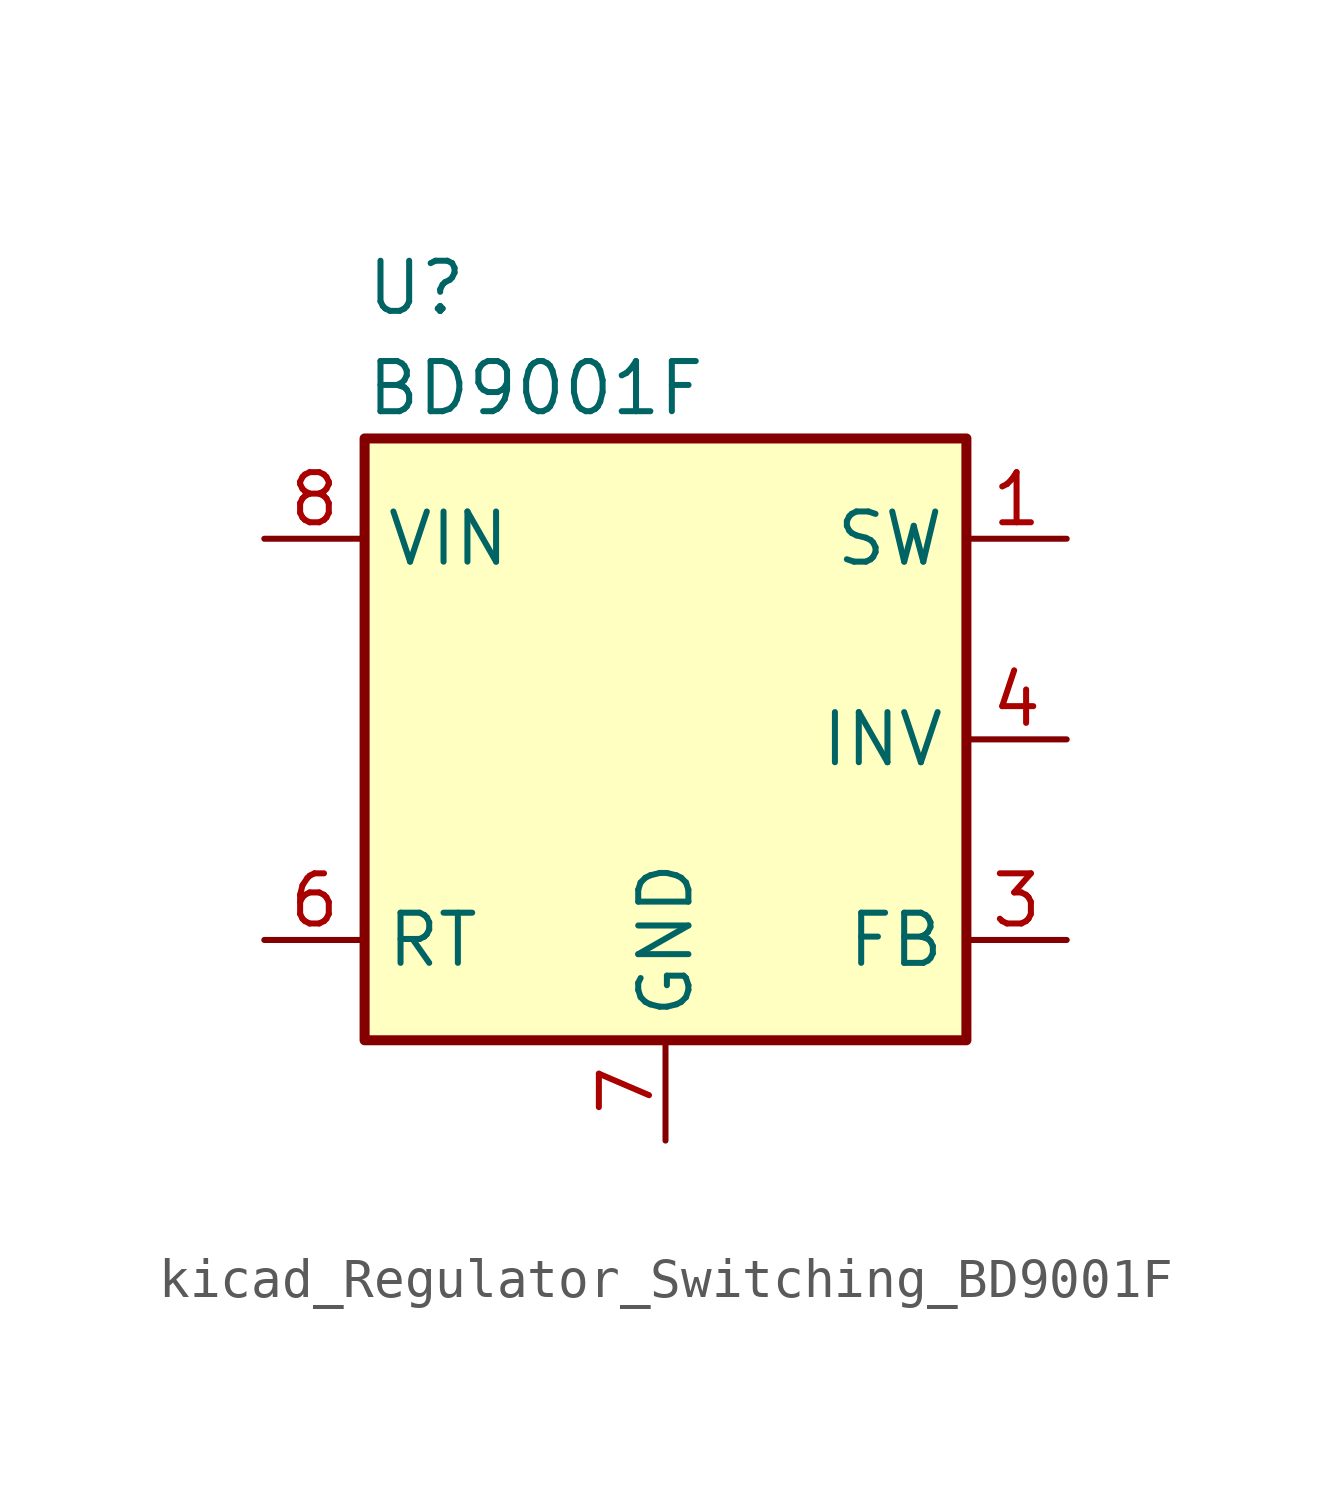
<source format=kicad_sym>
(kicad_symbol_lib
  (version 20220914)
  (generator kicad_symbol_editor)
  (symbol "kicad_Regulator_Switching_BD9001F"
    (property "Reference" "U"
      (at -7.62 11.43 0)
      (effects (font (size 1.27 1.27)) (justify left)))
    (property "Value" "BD9001F"
      (at -7.62 8.89 0)
      (effects (font (size 1.27 1.27)) (justify left)))
    (symbol "kicad_Regulator_Switching_BD9001F_0_1"
      (rectangle (start -7.62 7.62) (end 7.62 -7.62) (stroke (width 0.254) (type default)) (fill (type background))))
    (symbol "kicad_Regulator_Switching_BD9001F_1_1"
      (pin output line (at 10.16 5.08 180) (length 2.54) (name "SW" (effects (font (size 1.27 1.27)))) (number "1" (effects (font (size 1.27 1.27)))))
      (pin no_connect line (at -7.62 0 0) (length 2.54) hide (name "NC" (effects (font (size 1.27 1.27)))) (number "2" (effects (font (size 1.27 1.27)))))
      (pin passive line (at 10.16 -5.08 180) (length 2.54) (name "FB" (effects (font (size 1.27 1.27)))) (number "3" (effects (font (size 1.27 1.27)))))
      (pin input line (at 10.16 0 180) (length 2.54) (name "INV" (effects (font (size 1.27 1.27)))) (number "4" (effects (font (size 1.27 1.27)))))
      (pin passive line (at -10.16 -5.08 0) (length 2.54) (name "RT" (effects (font (size 1.27 1.27)))) (number "6" (effects (font (size 1.27 1.27)))))
      (pin power_in line (at 0 -10.16 90) (length 2.54) (name "GND" (effects (font (size 1.27 1.27)))) (number "7" (effects (font (size 1.27 1.27)))))
      (pin power_in line (at -10.16 5.08 0) (length 2.54) (name "VIN" (effects (font (size 1.27 1.27)))) (number "8" (effects (font (size 1.27 1.27))))))))
</source>
